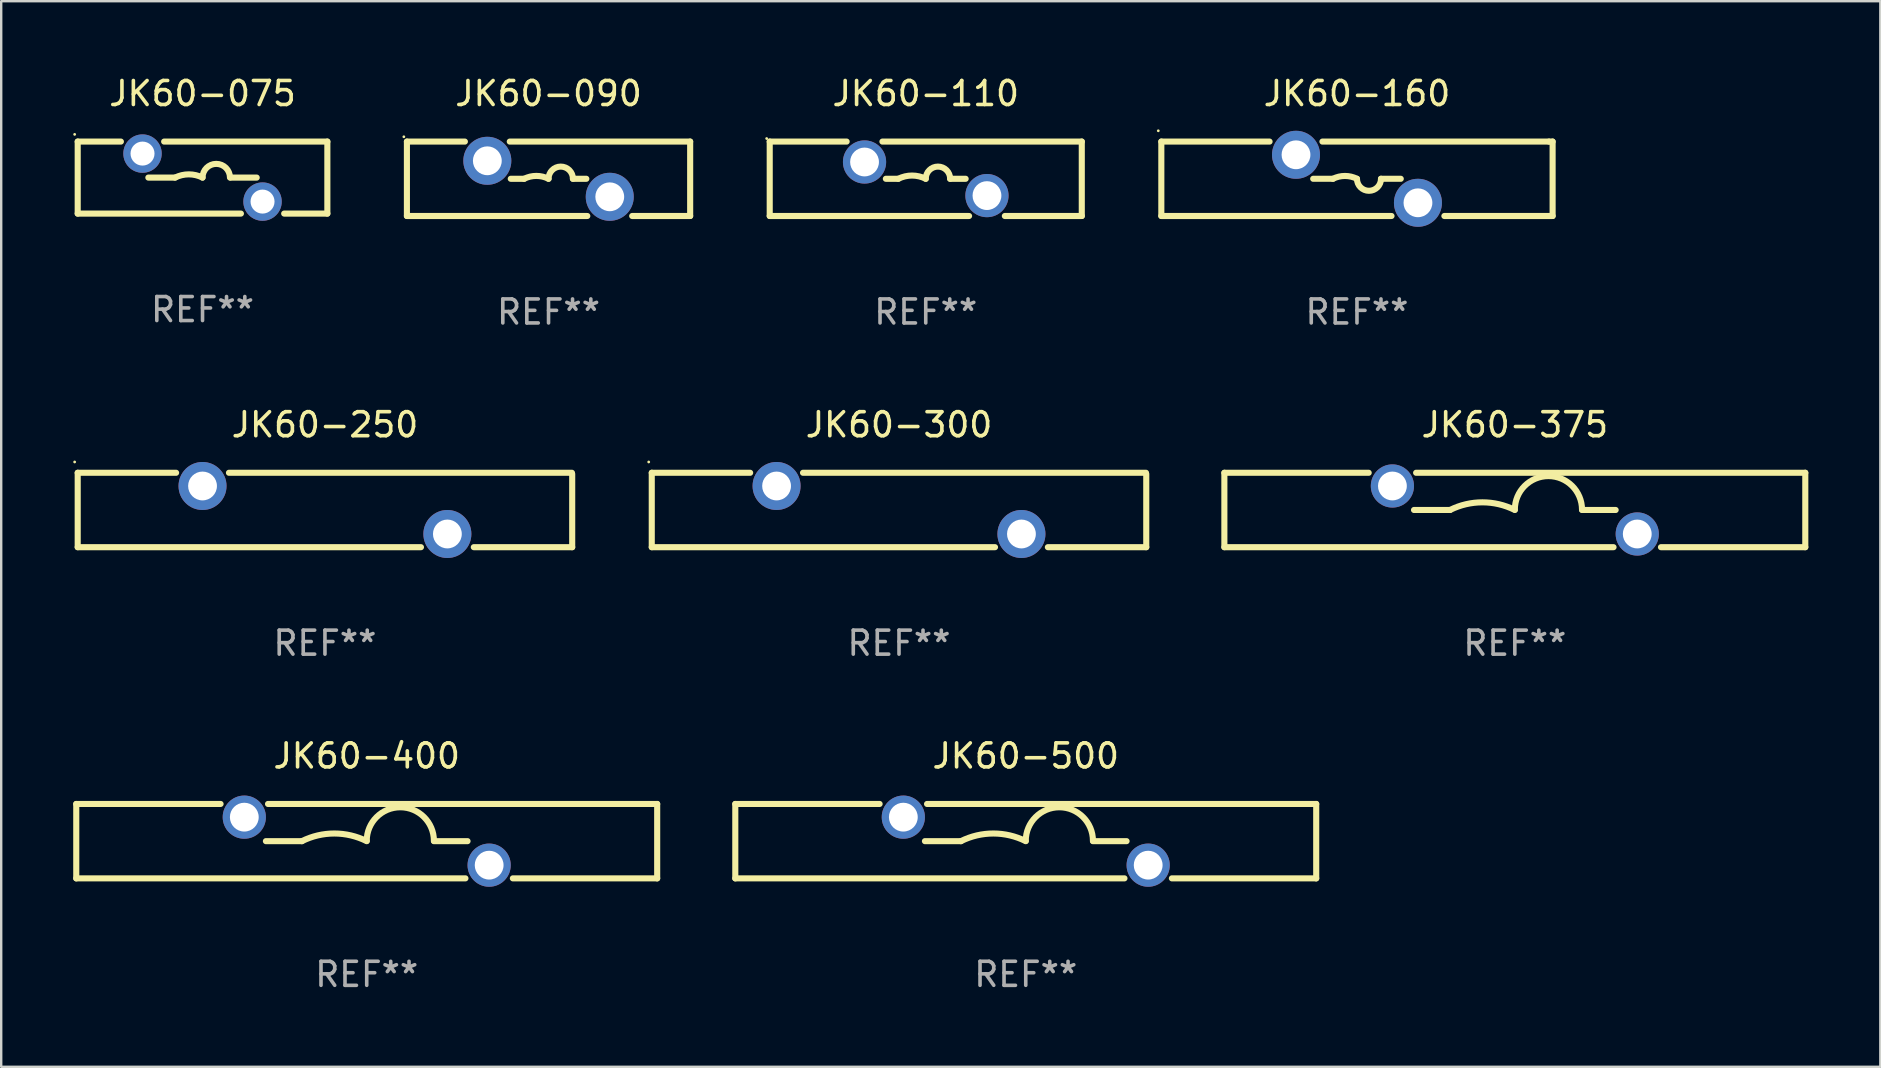
<source format=kicad_pcb>
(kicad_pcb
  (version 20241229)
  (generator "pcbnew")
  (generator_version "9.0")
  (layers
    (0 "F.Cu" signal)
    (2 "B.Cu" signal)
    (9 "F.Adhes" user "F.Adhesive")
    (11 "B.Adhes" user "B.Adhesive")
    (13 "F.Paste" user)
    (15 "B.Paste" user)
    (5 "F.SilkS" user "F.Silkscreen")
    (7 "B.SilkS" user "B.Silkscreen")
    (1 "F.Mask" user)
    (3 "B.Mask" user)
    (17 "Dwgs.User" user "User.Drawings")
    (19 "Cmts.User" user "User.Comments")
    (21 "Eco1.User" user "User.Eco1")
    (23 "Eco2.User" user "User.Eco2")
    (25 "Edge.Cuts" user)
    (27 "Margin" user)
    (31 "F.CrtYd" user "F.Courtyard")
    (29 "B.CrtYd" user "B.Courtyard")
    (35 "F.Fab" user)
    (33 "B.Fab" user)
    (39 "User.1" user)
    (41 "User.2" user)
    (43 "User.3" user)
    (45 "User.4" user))
  (footprint "JK60-075"
    (layer "F.Cu")
    (at 5.387 4.348)
    (property "Reference" "JK60-075" (at 0 -3.5 0) (layer "F.SilkS") (effects (font (size 1 1) (thickness 0.15))))
    (attr through_hole)
    (fp_line (start -5.2 -1.5) (end -3.401 -1.5) (stroke (width 0.254) (type solid)) (layer "F.SilkS"))
    (fp_line (start -5.2 1.5) (end -5.2 -1.5) (stroke (width 0.254) (type solid)) (layer "F.SilkS"))
    (fp_line (start -5.2 1.5) (end 1.599 1.5) (stroke (width 0.254) (type solid)) (layer "F.SilkS"))
    (fp_line (start -2.257 0.000127) (end -1.143 0.000127) (stroke (width 0.254) (type solid)) (layer "F.SilkS"))
    (fp_line (start -1.599 -1.5) (end 5.2 -1.5) (stroke (width 0.254) (type solid)) (layer "F.SilkS"))
    (fp_line (start 1.172 0.000127) (end 2.257 0.000127) (stroke (width 0.254) (type solid)) (layer "F.SilkS"))
    (fp_line (start 3.401 1.5) (end 5.2 1.5) (stroke (width 0.254) (type solid)) (layer "F.SilkS"))
    (fp_line (start 5.2 -1.5) (end 5.2 1.5) (stroke (width 0.254) (type solid)) (layer "F.SilkS"))
    (fp_arc (start -1.143002 0.000127) (mid -0.571501 -0.134786) (end 0 0.000127) (stroke (width 0.254001) (type solid)) (layer "F.SilkS"))
    (fp_arc (start 0 0.000127) (mid 0.571501 -0.571374) (end 1.143002 0.000127) (stroke (width 0.254001) (type solid)) (layer "F.SilkS"))
    (fp_circle (center -5.327 -1.8) (end -5.297 -1.8) (stroke (width 0.06) (type solid)) (fill no) (layer "F.SilkS"))
    (fp_text user "REF**" (at 0 5.5 0) (layer "F.Fab") (effects (font (size 1 1) (thickness 0.15))))
    (pad "1" thru_hole circle (at -2.5 -1) (size 1.6 1.6) (drill 1) (layers "*.Cu" "*.Mask"))
    (pad "2" thru_hole circle (at 2.5 1) (size 1.6 1.6) (drill 1) (layers "*.Cu" "*.Mask")))
  (footprint "JK60-160"
    (layer "F.Cu")
    (at 53.479 4.398)
    (property "Reference" "JK60-160" (at 0 -3.55 0) (layer "F.SilkS") (effects (font (size 1 1) (thickness 0.15))))
    (attr through_hole)
    (fp_line (start -8.15 -1.55) (end -3.641 -1.55) (stroke (width 0.254) (type solid)) (layer "F.SilkS"))
    (fp_line (start -8.15 1.55) (end -8.15 -1.55) (stroke (width 0.254) (type solid)) (layer "F.SilkS"))
    (fp_line (start -8.15 1.55) (end 1.439 1.55) (stroke (width 0.254) (type solid)) (layer "F.SilkS"))
    (fp_line (start -1.439 -1.55) (end 8 -1.55) (stroke (width 0.254) (type solid)) (layer "F.SilkS"))
    (fp_line (start -1 -0.000127) (end -1.824 -0.000127) (stroke (width 0.254) (type solid)) (layer "F.SilkS"))
    (fp_line (start 1.001 -0.000127) (end 1.824 -0.000127) (stroke (width 0.254) (type solid)) (layer "F.SilkS"))
    (fp_line (start 3.641 1.55) (end 8.15 1.55) (stroke (width 0.254) (type solid)) (layer "F.SilkS"))
    (fp_line (start 8 -1.55) (end 8.15 -1.55) (stroke (width 0.254) (type solid)) (layer "F.SilkS"))
    (fp_line (start 8.15 -1.55) (end 8.15 1.55) (stroke (width 0.254) (type solid)) (layer "F.SilkS"))
    (fp_arc (start -1 -0.000127) (mid -0.5 -0.118148) (end 0 -0.000127) (stroke (width 0.254001) (type solid)) (layer "F.SilkS"))
    (fp_arc (start 1.000762 -0.000127) (mid 0.500381 0.5) (end 0 -0.000127) (stroke (width 0.254001) (type solid)) (layer "F.SilkS"))
    (fp_circle (center -8.277 -2) (end -8.247 -2) (stroke (width 0.06) (type solid)) (fill no) (layer "F.SilkS"))
    (fp_text user "REF**" (at 0 5.55 0) (layer "F.Fab") (effects (font (size 1 1) (thickness 0.15))))
    (pad "1" thru_hole circle (at -2.54 -1) (size 2 2) (drill 1.2) (layers "*.Cu" "*.Mask"))
    (pad "2" thru_hole circle (at 2.54 1) (size 2 2) (drill 1.2) (layers "*.Cu" "*.Mask")))
  (footprint "JK60-090"
    (layer "F.Cu")
    (at 19.801 4.398)
    (property "Reference" "JK60-090" (at 0 -3.55 0) (layer "F.SilkS") (effects (font (size 1 1) (thickness 0.15))))
    (attr through_hole)
    (fp_line (start -5.9 -1.55) (end -3.485 -1.55) (stroke (width 0.254) (type solid)) (layer "F.SilkS"))
    (fp_line (start -5.9 1.55) (end -5.9 -1.55) (stroke (width 0.254) (type solid)) (layer "F.SilkS"))
    (fp_line (start -5.9 1.55) (end 1.615 1.55) (stroke (width 0.254) (type solid)) (layer "F.SilkS"))
    (fp_line (start -1.615 -1.55) (end 5.9 -1.55) (stroke (width 0.254) (type solid)) (layer "F.SilkS"))
    (fp_line (start -1.574 0) (end -1.016 0) (stroke (width 0.254) (type solid)) (layer "F.SilkS"))
    (fp_line (start 1.574 0) (end 1.016 0) (stroke (width 0.254) (type solid)) (layer "F.SilkS"))
    (fp_line (start 3.485 1.55) (end 5.9 1.55) (stroke (width 0.254) (type solid)) (layer "F.SilkS"))
    (fp_line (start 5.9 -1.55) (end 5.9 1.55) (stroke (width 0.254) (type solid)) (layer "F.SilkS"))
    (fp_arc (start -1.016002 0) (mid -0.508001 -0.119923) (end 0 0) (stroke (width 0.254001) (type solid)) (layer "F.SilkS"))
    (fp_arc (start 0 0) (mid 0.508001 -0.508001) (end 1.016002 0) (stroke (width 0.254001) (type solid)) (layer "F.SilkS"))
    (fp_circle (center -6.027 -1.75) (end -5.997 -1.75) (stroke (width 0.06) (type solid)) (fill no) (layer "F.SilkS"))
    (fp_text user "REF**" (at 0 5.55 0) (layer "F.Fab") (effects (font (size 1 1) (thickness 0.15))))
    (pad "1" thru_hole circle (at -2.55 -0.75) (size 2 2) (drill 1.2) (layers "*.Cu" "*.Mask"))
    (pad "2" thru_hole circle (at 2.55 0.75) (size 2 2) (drill 1.2) (layers "*.Cu" "*.Mask")))
  (footprint "JK60-300"
    (layer "F.Cu")
    (at 34.401 18.195)
    (property "Reference" "JK60-300" (at 0 -3.55 0) (layer "F.SilkS") (effects (font (size 1 1) (thickness 0.15))))
    (attr through_hole)
    (fp_line (start -10.3 -1.55) (end -6.201 -1.55) (stroke (width 0.254) (type solid)) (layer "F.SilkS"))
    (fp_line (start -10.3 1.55) (end -10.3 -1.55) (stroke (width 0.254) (type solid)) (layer "F.SilkS"))
    (fp_line (start -10.3 1.55) (end 3.999 1.55) (stroke (width 0.254) (type solid)) (layer "F.SilkS"))
    (fp_line (start -3.999 -1.55) (end 10.287 -1.55) (stroke (width 0.254) (type solid)) (layer "F.SilkS"))
    (fp_line (start 6.201 1.55) (end 10.3 1.55) (stroke (width 0.254) (type solid)) (layer "F.SilkS"))
    (fp_line (start 10.3 -1.5) (end 10.3 1.55) (stroke (width 0.254) (type solid)) (layer "F.SilkS"))
    (fp_circle (center -10.427 -2) (end -10.397 -2) (stroke (width 0.06) (type solid)) (fill no) (layer "F.SilkS"))
    (fp_text user "REF**" (at 0 5.55 0) (layer "F.Fab") (effects (font (size 1 1) (thickness 0.15))))
    (pad "1" thru_hole circle (at -5.1 -1) (size 2 2) (drill 1.2) (layers "*.Cu" "*.Mask"))
    (pad "2" thru_hole circle (at 5.1 1) (size 2 2) (drill 1.2) (layers "*.Cu" "*.Mask")))
  (footprint "JK60-110"
    (layer "F.Cu")
    (at 35.515 4.398)
    (property "Reference" "JK60-110" (at 0 -3.55 0) (layer "F.SilkS") (effects (font (size 1 1) (thickness 0.15))))
    (attr through_hole)
    (fp_line (start -6.5 1.55) (end -6.5 -1.55) (stroke (width 0.254) (type solid)) (layer "F.SilkS"))
    (fp_line (start -6.5 1.55) (end 1.805 1.55) (stroke (width 0.254) (type solid)) (layer "F.SilkS"))
    (fp_line (start -6.5 -1.55) (end -3.295 -1.55) (stroke (width 0.254) (type solid)) (layer "F.SilkS"))
    (fp_line (start -1.805 -1.55) (end 6.5 -1.55) (stroke (width 0.254) (type solid)) (layer "F.SilkS"))
    (fp_line (start -1.662 0) (end -1.143 0) (stroke (width 0.254) (type solid)) (layer "F.SilkS"))
    (fp_line (start 1.662 0) (end 1.016 0) (stroke (width 0.254) (type solid)) (layer "F.SilkS"))
    (fp_line (start 3.295 1.55) (end 6.5 1.55) (stroke (width 0.254) (type solid)) (layer "F.SilkS"))
    (fp_line (start 6.5 -1.55) (end 6.5 1.55) (stroke (width 0.254) (type solid)) (layer "F.SilkS"))
    (fp_arc (start -1.143002 0) (mid -0.571501 -0.134913) (end 0 0) (stroke (width 0.254001) (type solid)) (layer "F.SilkS"))
    (fp_arc (start 0 0) (mid 0.508001 -0.508001) (end 1.016002 0) (stroke (width 0.254001) (type solid)) (layer "F.SilkS"))
    (fp_circle (center -6.627 -1.677) (end -6.597 -1.677) (stroke (width 0.06) (type solid)) (fill no) (layer "F.SilkS"))
    (fp_text user "REF**" (at 0 5.55 0) (layer "F.Fab") (effects (font (size 1 1) (thickness 0.15))))
    (pad "1" thru_hole circle (at -2.55 -0.7) (size 1.8 1.8) (drill 1.2) (layers "*.Cu" "*.Mask"))
    (pad "2" thru_hole circle (at 2.55 0.7) (size 1.8 1.8) (drill 1.2) (layers "*.Cu" "*.Mask")))
  (footprint "JK60-375"
    (layer "F.Cu")
    (at 60.055 18.195)
    (property "Reference" "JK60-375" (at 0 -3.55 0) (layer "F.SilkS") (effects (font (size 1 1) (thickness 0.15))))
    (attr through_hole)
    (fp_line (start -12.1 -1.55) (end -6.088 -1.55) (stroke (width 0.254) (type solid)) (layer "F.SilkS"))
    (fp_line (start -12.1 1.55) (end -12.1 -1.55) (stroke (width 0.254) (type solid)) (layer "F.SilkS"))
    (fp_line (start -4.112 -1.55) (end 12.1 -1.55) (stroke (width 0.254) (type solid)) (layer "F.SilkS"))
    (fp_line (start -2.7 -0.000013) (end -4.2 -0.000013) (stroke (width 0.254) (type solid)) (layer "F.SilkS"))
    (fp_line (start 2.8 -0.000013) (end 4.2 -0.000013) (stroke (width 0.254) (type solid)) (layer "F.SilkS"))
    (fp_line (start 4.112 1.55) (end -12.1 1.55) (stroke (width 0.254) (type solid)) (layer "F.SilkS"))
    (fp_line (start 12.1 -1.55) (end 12.1 1.55) (stroke (width 0.254) (type solid)) (layer "F.SilkS"))
    (fp_line (start 12.1 1.55) (end 6.088 1.55) (stroke (width 0.254) (type solid)) (layer "F.SilkS"))
    (fp_arc (start -2.700025 -0.000013) (mid -1.350012 -0.318707) (end 0.000001 -0.000012) (stroke (width 0.254001) (type solid)) (layer "F.SilkS"))
    (fp_arc (start 0 -0.012713) (mid 1.399543 -1.411748) (end 2.799086 -0.012713) (stroke (width 0.254001) (type solid)) (layer "F.SilkS"))
    (fp_circle (center -12.1 -1.55) (end -12.07 -1.55) (stroke (width 0.06) (type solid)) (fill no) (layer "F.SilkS"))
    (fp_text user "REF**" (at 0 5.55 0) (layer "F.Fab") (effects (font (size 1 1) (thickness 0.15))))
    (pad "1" thru_hole circle (at -5.1 -1) (size 1.8 1.8) (drill 1.2) (layers "*.Cu" "*.Mask"))
    (pad "2" thru_hole circle (at 5.1 1) (size 1.8 1.8) (drill 1.2) (layers "*.Cu" "*.Mask")))
  (footprint "JK60-400"
    (layer "F.Cu")
    (at 12.227 31.991)
    (property "Reference" "JK60-400" (at 0 -3.55 0) (layer "F.SilkS") (effects (font (size 1 1) (thickness 0.15))))
    (attr through_hole)
    (fp_line (start -12.1 -1.55) (end -6.088 -1.55) (stroke (width 0.254) (type solid)) (layer "F.SilkS"))
    (fp_line (start -12.1 1.55) (end -12.1 -1.55) (stroke (width 0.254) (type solid)) (layer "F.SilkS"))
    (fp_line (start -4.112 -1.55) (end 12.1 -1.55) (stroke (width 0.254) (type solid)) (layer "F.SilkS"))
    (fp_line (start -2.7 -0.000013) (end -4.2 -0.000013) (stroke (width 0.254) (type solid)) (layer "F.SilkS"))
    (fp_line (start 2.8 -0.000013) (end 4.2 -0.000013) (stroke (width 0.254) (type solid)) (layer "F.SilkS"))
    (fp_line (start 4.112 1.55) (end -12.1 1.55) (stroke (width 0.254) (type solid)) (layer "F.SilkS"))
    (fp_line (start 12.1 -1.55) (end 12.1 1.55) (stroke (width 0.254) (type solid)) (layer "F.SilkS"))
    (fp_line (start 12.1 1.55) (end 6.088 1.55) (stroke (width 0.254) (type solid)) (layer "F.SilkS"))
    (fp_arc (start -2.700025 -0.000013) (mid -1.350012 -0.318707) (end 0.000001 -0.000012) (stroke (width 0.254001) (type solid)) (layer "F.SilkS"))
    (fp_arc (start 0 -0.012713) (mid 1.399543 -1.411748) (end 2.799086 -0.012713) (stroke (width 0.254001) (type solid)) (layer "F.SilkS"))
    (fp_circle (center -12.1 -1.55) (end -12.07 -1.55) (stroke (width 0.06) (type solid)) (fill no) (layer "F.SilkS"))
    (fp_text user "REF**" (at 0 5.55 0) (layer "F.Fab") (effects (font (size 1 1) (thickness 0.15))))
    (pad "1" thru_hole circle (at -5.1 -1) (size 1.8 1.8) (drill 1.2) (layers "*.Cu" "*.Mask"))
    (pad "2" thru_hole circle (at 5.1 1) (size 1.8 1.8) (drill 1.2) (layers "*.Cu" "*.Mask")))
  (footprint "JK60-500"
    (layer "F.Cu")
    (at 39.681 31.991)
    (property "Reference" "JK60-500" (at 0 -3.55 0) (layer "F.SilkS") (effects (font (size 1 1) (thickness 0.15))))
    (attr through_hole)
    (fp_line (start -12.1 -1.55) (end -6.088 -1.55) (stroke (width 0.254) (type solid)) (layer "F.SilkS"))
    (fp_line (start -12.1 1.55) (end -12.1 -1.55) (stroke (width 0.254) (type solid)) (layer "F.SilkS"))
    (fp_line (start -4.112 -1.55) (end 12.1 -1.55) (stroke (width 0.254) (type solid)) (layer "F.SilkS"))
    (fp_line (start -2.7 -0.000013) (end -4.2 -0.000013) (stroke (width 0.254) (type solid)) (layer "F.SilkS"))
    (fp_line (start 2.8 -0.000013) (end 4.2 -0.000013) (stroke (width 0.254) (type solid)) (layer "F.SilkS"))
    (fp_line (start 4.112 1.55) (end -12.1 1.55) (stroke (width 0.254) (type solid)) (layer "F.SilkS"))
    (fp_line (start 12.1 -1.55) (end 12.1 1.55) (stroke (width 0.254) (type solid)) (layer "F.SilkS"))
    (fp_line (start 12.1 1.55) (end 6.088 1.55) (stroke (width 0.254) (type solid)) (layer "F.SilkS"))
    (fp_arc (start -2.700025 -0.000013) (mid -1.350012 -0.318707) (end 0.000001 -0.000012) (stroke (width 0.254001) (type solid)) (layer "F.SilkS"))
    (fp_arc (start 0 -0.012713) (mid 1.399543 -1.411748) (end 2.799086 -0.012713) (stroke (width 0.254001) (type solid)) (layer "F.SilkS"))
    (fp_circle (center -12.1 -1.55) (end -12.07 -1.55) (stroke (width 0.06) (type solid)) (fill no) (layer "F.SilkS"))
    (fp_text user "REF**" (at 0 5.55 0) (layer "F.Fab") (effects (font (size 1 1) (thickness 0.15))))
    (pad "1" thru_hole circle (at -5.1 -1) (size 1.8 1.8) (drill 1.2) (layers "*.Cu" "*.Mask"))
    (pad "2" thru_hole circle (at 5.1 1) (size 1.8 1.8) (drill 1.2) (layers "*.Cu" "*.Mask")))
  (footprint "JK60-250"
    (layer "F.Cu")
    (at 10.487 18.195)
    (property "Reference" "JK60-250" (at 0 -3.55 0) (layer "F.SilkS") (effects (font (size 1 1) (thickness 0.15))))
    (attr through_hole)
    (fp_line (start -10.3 -1.55) (end -6.201 -1.55) (stroke (width 0.254) (type solid)) (layer "F.SilkS"))
    (fp_line (start -10.3 1.55) (end -10.3 -1.55) (stroke (width 0.254) (type solid)) (layer "F.SilkS"))
    (fp_line (start -10.3 1.55) (end 3.999 1.55) (stroke (width 0.254) (type solid)) (layer "F.SilkS"))
    (fp_line (start -3.999 -1.55) (end 10.287 -1.55) (stroke (width 0.254) (type solid)) (layer "F.SilkS"))
    (fp_line (start 6.201 1.55) (end 10.3 1.55) (stroke (width 0.254) (type solid)) (layer "F.SilkS"))
    (fp_line (start 10.3 -1.5) (end 10.3 1.55) (stroke (width 0.254) (type solid)) (layer "F.SilkS"))
    (fp_circle (center -10.427 -2) (end -10.397 -2) (stroke (width 0.06) (type solid)) (fill no) (layer "F.SilkS"))
    (fp_text user "REF**" (at 0 5.55 0) (layer "F.Fab") (effects (font (size 1 1) (thickness 0.15))))
    (pad "1" thru_hole circle (at -5.1 -1) (size 2 2) (drill 1.2) (layers "*.Cu" "*.Mask"))
    (pad "2" thru_hole circle (at 5.1 1) (size 2 2) (drill 1.2) (layers "*.Cu" "*.Mask")))
  (gr_rect
    (start -3 -3)
    (end 75.282 41.39)
    (stroke (width 0.1) (type default))
    (fill no)
    (layer "Edge.Cuts")))
</source>
